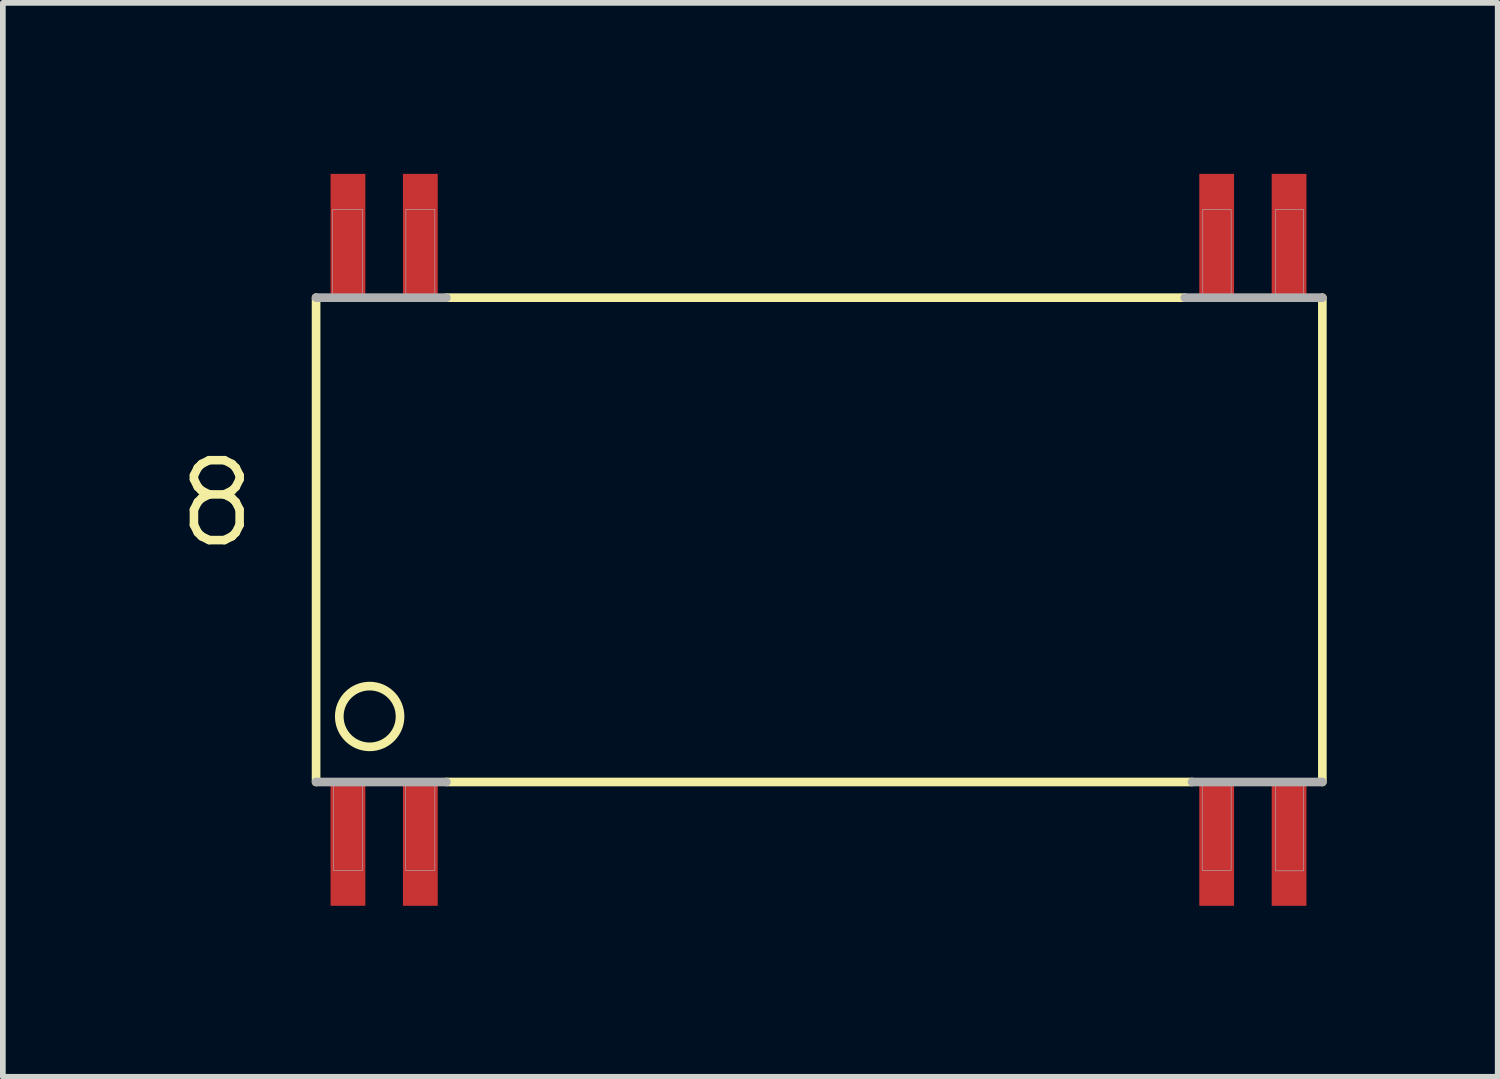
<source format=kicad_pcb>
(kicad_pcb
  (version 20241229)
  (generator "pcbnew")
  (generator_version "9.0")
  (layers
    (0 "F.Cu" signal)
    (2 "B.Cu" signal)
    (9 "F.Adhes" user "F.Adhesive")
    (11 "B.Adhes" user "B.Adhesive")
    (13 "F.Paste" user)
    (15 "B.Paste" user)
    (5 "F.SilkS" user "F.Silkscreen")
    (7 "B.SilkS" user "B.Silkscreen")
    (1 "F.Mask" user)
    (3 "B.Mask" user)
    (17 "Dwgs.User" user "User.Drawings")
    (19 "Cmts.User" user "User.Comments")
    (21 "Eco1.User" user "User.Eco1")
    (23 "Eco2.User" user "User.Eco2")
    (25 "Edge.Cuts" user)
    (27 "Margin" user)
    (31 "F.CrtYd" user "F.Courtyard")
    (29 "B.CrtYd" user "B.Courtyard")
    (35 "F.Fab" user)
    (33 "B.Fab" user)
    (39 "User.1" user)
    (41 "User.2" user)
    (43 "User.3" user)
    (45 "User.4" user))
  (footprint "8"
    (layer "F.Cu")
    (at 11.309 6.42)
    (property "Reference" "8" (at -10.556 -0.636 180) (layer "F.SilkS") (effects (font (size 1.402 1.402) (thickness 0.15))))
    (attr through_hole)
    (fp_line (start -8.814 -4.248) (end -8.814 4.248) (stroke (width 0.152) (type solid)) (layer "F.SilkS"))
    (fp_line (start -6.528 4.248) (end 6.553 4.248) (stroke (width 0.152) (type solid)) (layer "F.SilkS"))
    (fp_line (start 6.426 -4.248) (end -6.528 -4.248) (stroke (width 0.152) (type solid)) (layer "F.SilkS"))
    (fp_line (start 8.839 4.248) (end 8.839 -4.248) (stroke (width 0.152) (type solid)) (layer "F.SilkS"))
    (fp_circle (center -7.874 3.099) (end -7.341 3.099) (stroke (width 0.152) (type solid)) (fill no) (layer "F.SilkS"))
    (fp_line (start -8.814 4.248) (end -6.528 4.248) (stroke (width 0.152) (type solid)) (layer "F.Fab"))
    (fp_line (start -6.528 -4.248) (end -8.814 -4.248) (stroke (width 0.152) (type solid)) (layer "F.Fab"))
    (fp_line (start 6.553 4.248) (end 8.839 4.248) (stroke (width 0.152) (type solid)) (layer "F.Fab"))
    (fp_line (start 8.839 -4.248) (end 6.426 -4.248) (stroke (width 0.152) (type solid)) (layer "F.Fab"))
    (fp_poly (pts (xy -8.523 -5.798) (xy -8.001 -5.798) (xy -8.001 -4.281) (xy -8.523 -4.281)) (stroke (width 0.01) (type solid)) (fill no) (layer "F.Fab"))
    (fp_poly (pts (xy -8.511 4.274) (xy -8.001 4.274) (xy -8.001 5.799) (xy -8.511 5.799)) (stroke (width 0.01) (type solid)) (fill no) (layer "F.Fab"))
    (fp_poly (pts (xy -7.242 4.274) (xy -6.731 4.274) (xy -6.731 5.8) (xy -7.242 5.8)) (stroke (width 0.01) (type solid)) (fill no) (layer "F.Fab"))
    (fp_poly (pts (xy -7.239 -5.798) (xy -6.731 -5.798) (xy -6.731 -4.274) (xy -7.239 -4.274)) (stroke (width 0.01) (type solid)) (fill no) (layer "F.Fab"))
    (fp_poly (pts (xy 6.732 4.274) (xy 7.239 4.274) (xy 7.239 5.799) (xy 6.732 5.799)) (stroke (width 0.01) (type solid)) (fill no) (layer "F.Fab"))
    (fp_poly (pts (xy 6.741 -5.798) (xy 7.239 -5.798) (xy 7.239 -4.28) (xy 6.741 -4.28)) (stroke (width 0.01) (type solid)) (fill no) (layer "F.Fab"))
    (fp_poly (pts (xy 8.014 4.274) (xy 8.509 4.274) (xy 8.509 5.807) (xy 8.014 5.807)) (stroke (width 0.01) (type solid)) (fill no) (layer "F.Fab"))
    (fp_poly (pts (xy 8.015 -5.798) (xy 8.509 -5.798) (xy 8.509 -4.281) (xy 8.015 -4.281)) (stroke (width 0.01) (type solid)) (fill no) (layer "F.Fab"))
    (pad "1" smd rect (at -8.255 5.315) (size 0.61 2.21) (layers "F.Cu" "F.Mask" "F.Paste"))
    (pad "2" smd rect (at -6.985 5.315) (size 0.61 2.21) (layers "F.Cu" "F.Mask" "F.Paste"))
    (pad "13" smd rect (at 6.985 5.315) (size 0.61 2.21) (layers "F.Cu" "F.Mask" "F.Paste"))
    (pad "14" smd rect (at 8.255 5.315) (size 0.61 2.21) (layers "F.Cu" "F.Mask" "F.Paste"))
    (pad "15" smd rect (at 8.255 -5.315) (size 0.61 2.21) (layers "F.Cu" "F.Mask" "F.Paste"))
    (pad "16" smd rect (at 6.985 -5.315) (size 0.61 2.21) (layers "F.Cu" "F.Mask" "F.Paste"))
    (pad "27" smd rect (at -6.985 -5.315) (size 0.61 2.21) (layers "F.Cu" "F.Mask" "F.Paste"))
    (pad "28" smd rect (at -8.255 -5.315) (size 0.61 2.21) (layers "F.Cu" "F.Mask" "F.Paste")))
  (gr_rect
    (start -3 -3)
    (end 23.224 15.84)
    (stroke (width 0.1) (type default))
    (fill no)
    (layer "Edge.Cuts")))
</source>
